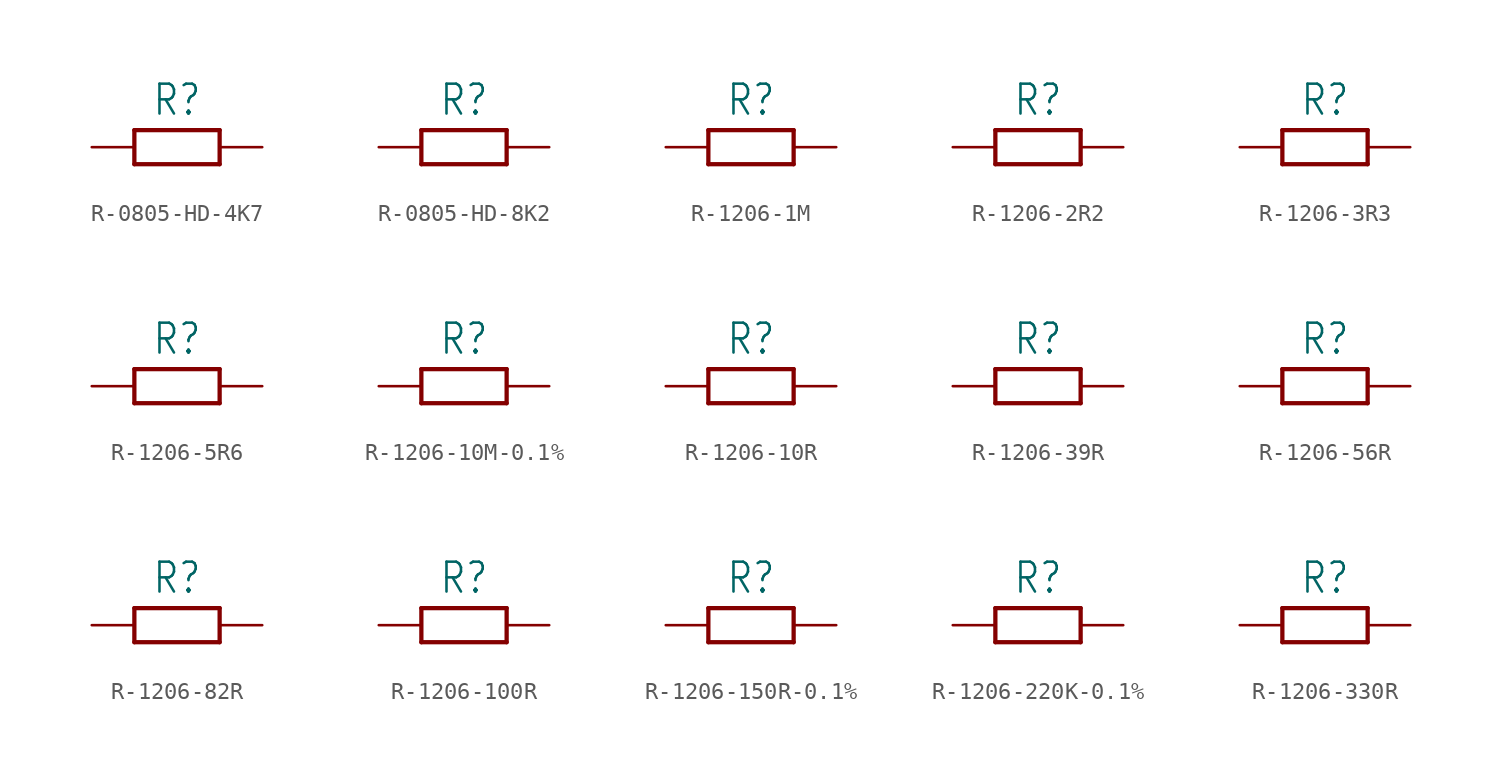
<source format=kicad_sym>
(kicad_symbol_lib
  (version 20231120)
  (generator "kicad_symbol_editor")
  (generator_version "8.0")
  (symbol "R-0805-HD-4K7"
    (property "Reference" "R"
      (at 0 1.778 0)
      (effects (font (size 1.778 1.511)) (justify bottom)))
    (property "Value" ""
      (at 0 -1.778 0)
      (effects (font (size 1.778 1.511)) (justify top)))
    (property "ki_locked" ""
      (at 0 0 0)
      (effects (font (size 1.27 1.27))))
    (symbol "R-0805-HD-4K7_1_0"
      (polyline (pts (xy -2.54 -1.016) (xy -2.54 1.016)) (stroke (width 0.254) (type solid)) (fill (type none)))
      (polyline (pts (xy -2.54 1.016) (xy 2.54 1.016)) (stroke (width 0.254) (type solid)) (fill (type none)))
      (polyline (pts (xy 2.54 -1.016) (xy -2.54 -1.016)) (stroke (width 0.254) (type solid)) (fill (type none)))
      (polyline (pts (xy 2.54 1.016) (xy 2.54 -1.016)) (stroke (width 0.254) (type solid)) (fill (type none)))
      (pin passive line (at -5.08 0 0) (length 2.54) (name "1" (effects (font (size 0 0)))) (number "1" (effects (font (size 0 0)))))
      (pin passive line (at 5.08 0 180) (length 2.54) (name "2" (effects (font (size 0 0)))) (number "2" (effects (font (size 0 0)))))))
  (symbol "R-0805-HD-8K2"
    (property "Reference" "R"
      (at 0 1.778 0)
      (effects (font (size 1.778 1.511)) (justify bottom)))
    (property "Value" ""
      (at 0 -1.778 0)
      (effects (font (size 1.778 1.511)) (justify top)))
    (property "ki_locked" ""
      (at 0 0 0)
      (effects (font (size 1.27 1.27))))
    (symbol "R-0805-HD-8K2_1_0"
      (polyline (pts (xy -2.54 -1.016) (xy -2.54 1.016)) (stroke (width 0.254) (type solid)) (fill (type none)))
      (polyline (pts (xy -2.54 1.016) (xy 2.54 1.016)) (stroke (width 0.254) (type solid)) (fill (type none)))
      (polyline (pts (xy 2.54 -1.016) (xy -2.54 -1.016)) (stroke (width 0.254) (type solid)) (fill (type none)))
      (polyline (pts (xy 2.54 1.016) (xy 2.54 -1.016)) (stroke (width 0.254) (type solid)) (fill (type none)))
      (pin passive line (at -5.08 0 0) (length 2.54) (name "1" (effects (font (size 0 0)))) (number "1" (effects (font (size 0 0)))))
      (pin passive line (at 5.08 0 180) (length 2.54) (name "2" (effects (font (size 0 0)))) (number "2" (effects (font (size 0 0)))))))
  (symbol "R-1206-1M"
    (property "Reference" "R"
      (at 0 1.778 0)
      (effects (font (size 1.778 1.511)) (justify bottom)))
    (property "Value" ""
      (at 0 -1.778 0)
      (effects (font (size 1.778 1.511)) (justify top)))
    (property "ki_locked" ""
      (at 0 0 0)
      (effects (font (size 1.27 1.27))))
    (symbol "R-1206-1M_1_0"
      (polyline (pts (xy -2.54 -1.016) (xy -2.54 1.016)) (stroke (width 0.254) (type solid)) (fill (type none)))
      (polyline (pts (xy -2.54 1.016) (xy 2.54 1.016)) (stroke (width 0.254) (type solid)) (fill (type none)))
      (polyline (pts (xy 2.54 -1.016) (xy -2.54 -1.016)) (stroke (width 0.254) (type solid)) (fill (type none)))
      (polyline (pts (xy 2.54 1.016) (xy 2.54 -1.016)) (stroke (width 0.254) (type solid)) (fill (type none)))
      (pin passive line (at -5.08 0 0) (length 2.54) (name "1" (effects (font (size 0 0)))) (number "1" (effects (font (size 0 0)))))
      (pin passive line (at 5.08 0 180) (length 2.54) (name "2" (effects (font (size 0 0)))) (number "2" (effects (font (size 0 0)))))))
  (symbol "R-1206-2R2"
    (property "Reference" "R"
      (at 0 1.778 0)
      (effects (font (size 1.778 1.511)) (justify bottom)))
    (property "Value" ""
      (at 0 -1.778 0)
      (effects (font (size 1.778 1.511)) (justify top)))
    (property "ki_locked" ""
      (at 0 0 0)
      (effects (font (size 1.27 1.27))))
    (symbol "R-1206-2R2_1_0"
      (polyline (pts (xy -2.54 -1.016) (xy -2.54 1.016)) (stroke (width 0.254) (type solid)) (fill (type none)))
      (polyline (pts (xy -2.54 1.016) (xy 2.54 1.016)) (stroke (width 0.254) (type solid)) (fill (type none)))
      (polyline (pts (xy 2.54 -1.016) (xy -2.54 -1.016)) (stroke (width 0.254) (type solid)) (fill (type none)))
      (polyline (pts (xy 2.54 1.016) (xy 2.54 -1.016)) (stroke (width 0.254) (type solid)) (fill (type none)))
      (pin passive line (at -5.08 0 0) (length 2.54) (name "1" (effects (font (size 0 0)))) (number "1" (effects (font (size 0 0)))))
      (pin passive line (at 5.08 0 180) (length 2.54) (name "2" (effects (font (size 0 0)))) (number "2" (effects (font (size 0 0)))))))
  (symbol "R-1206-3R3"
    (property "Reference" "R"
      (at 0 1.778 0)
      (effects (font (size 1.778 1.511)) (justify bottom)))
    (property "Value" ""
      (at 0 -1.778 0)
      (effects (font (size 1.778 1.511)) (justify top)))
    (property "ki_locked" ""
      (at 0 0 0)
      (effects (font (size 1.27 1.27))))
    (symbol "R-1206-3R3_1_0"
      (polyline (pts (xy -2.54 -1.016) (xy -2.54 1.016)) (stroke (width 0.254) (type solid)) (fill (type none)))
      (polyline (pts (xy -2.54 1.016) (xy 2.54 1.016)) (stroke (width 0.254) (type solid)) (fill (type none)))
      (polyline (pts (xy 2.54 -1.016) (xy -2.54 -1.016)) (stroke (width 0.254) (type solid)) (fill (type none)))
      (polyline (pts (xy 2.54 1.016) (xy 2.54 -1.016)) (stroke (width 0.254) (type solid)) (fill (type none)))
      (pin passive line (at -5.08 0 0) (length 2.54) (name "1" (effects (font (size 0 0)))) (number "1" (effects (font (size 0 0)))))
      (pin passive line (at 5.08 0 180) (length 2.54) (name "2" (effects (font (size 0 0)))) (number "2" (effects (font (size 0 0)))))))
  (symbol "R-1206-5R6"
    (property "Reference" "R"
      (at 0 1.778 0)
      (effects (font (size 1.778 1.511)) (justify bottom)))
    (property "Value" ""
      (at 0 -1.778 0)
      (effects (font (size 1.778 1.511)) (justify top)))
    (property "ki_locked" ""
      (at 0 0 0)
      (effects (font (size 1.27 1.27))))
    (symbol "R-1206-5R6_1_0"
      (polyline (pts (xy -2.54 -1.016) (xy -2.54 1.016)) (stroke (width 0.254) (type solid)) (fill (type none)))
      (polyline (pts (xy -2.54 1.016) (xy 2.54 1.016)) (stroke (width 0.254) (type solid)) (fill (type none)))
      (polyline (pts (xy 2.54 -1.016) (xy -2.54 -1.016)) (stroke (width 0.254) (type solid)) (fill (type none)))
      (polyline (pts (xy 2.54 1.016) (xy 2.54 -1.016)) (stroke (width 0.254) (type solid)) (fill (type none)))
      (pin passive line (at -5.08 0 0) (length 2.54) (name "1" (effects (font (size 0 0)))) (number "1" (effects (font (size 0 0)))))
      (pin passive line (at 5.08 0 180) (length 2.54) (name "2" (effects (font (size 0 0)))) (number "2" (effects (font (size 0 0)))))))
  (symbol "R-1206-10M-0.1%"
    (property "Reference" "R"
      (at 0 1.778 0)
      (effects (font (size 1.778 1.511)) (justify bottom)))
    (property "Value" ""
      (at 0 -1.778 0)
      (effects (font (size 1.778 1.511)) (justify top)))
    (property "ki_locked" ""
      (at 0 0 0)
      (effects (font (size 1.27 1.27))))
    (symbol "R-1206-10M-0.1%_1_0"
      (polyline (pts (xy -2.54 -1.016) (xy -2.54 1.016)) (stroke (width 0.254) (type solid)) (fill (type none)))
      (polyline (pts (xy -2.54 1.016) (xy 2.54 1.016)) (stroke (width 0.254) (type solid)) (fill (type none)))
      (polyline (pts (xy 2.54 -1.016) (xy -2.54 -1.016)) (stroke (width 0.254) (type solid)) (fill (type none)))
      (polyline (pts (xy 2.54 1.016) (xy 2.54 -1.016)) (stroke (width 0.254) (type solid)) (fill (type none)))
      (pin passive line (at -5.08 0 0) (length 2.54) (name "1" (effects (font (size 0 0)))) (number "1" (effects (font (size 0 0)))))
      (pin passive line (at 5.08 0 180) (length 2.54) (name "2" (effects (font (size 0 0)))) (number "2" (effects (font (size 0 0)))))))
  (symbol "R-1206-10R"
    (property "Reference" "R"
      (at 0 1.778 0)
      (effects (font (size 1.778 1.511)) (justify bottom)))
    (property "Value" ""
      (at 0 -1.778 0)
      (effects (font (size 1.778 1.511)) (justify top)))
    (property "ki_locked" ""
      (at 0 0 0)
      (effects (font (size 1.27 1.27))))
    (symbol "R-1206-10R_1_0"
      (polyline (pts (xy -2.54 -1.016) (xy -2.54 1.016)) (stroke (width 0.254) (type solid)) (fill (type none)))
      (polyline (pts (xy -2.54 1.016) (xy 2.54 1.016)) (stroke (width 0.254) (type solid)) (fill (type none)))
      (polyline (pts (xy 2.54 -1.016) (xy -2.54 -1.016)) (stroke (width 0.254) (type solid)) (fill (type none)))
      (polyline (pts (xy 2.54 1.016) (xy 2.54 -1.016)) (stroke (width 0.254) (type solid)) (fill (type none)))
      (pin passive line (at -5.08 0 0) (length 2.54) (name "1" (effects (font (size 0 0)))) (number "1" (effects (font (size 0 0)))))
      (pin passive line (at 5.08 0 180) (length 2.54) (name "2" (effects (font (size 0 0)))) (number "2" (effects (font (size 0 0)))))))
  (symbol "R-1206-39R"
    (property "Reference" "R"
      (at 0 1.778 0)
      (effects (font (size 1.778 1.511)) (justify bottom)))
    (property "Value" ""
      (at 0 -1.778 0)
      (effects (font (size 1.778 1.511)) (justify top)))
    (property "ki_locked" ""
      (at 0 0 0)
      (effects (font (size 1.27 1.27))))
    (symbol "R-1206-39R_1_0"
      (polyline (pts (xy -2.54 -1.016) (xy -2.54 1.016)) (stroke (width 0.254) (type solid)) (fill (type none)))
      (polyline (pts (xy -2.54 1.016) (xy 2.54 1.016)) (stroke (width 0.254) (type solid)) (fill (type none)))
      (polyline (pts (xy 2.54 -1.016) (xy -2.54 -1.016)) (stroke (width 0.254) (type solid)) (fill (type none)))
      (polyline (pts (xy 2.54 1.016) (xy 2.54 -1.016)) (stroke (width 0.254) (type solid)) (fill (type none)))
      (pin passive line (at -5.08 0 0) (length 2.54) (name "1" (effects (font (size 0 0)))) (number "1" (effects (font (size 0 0)))))
      (pin passive line (at 5.08 0 180) (length 2.54) (name "2" (effects (font (size 0 0)))) (number "2" (effects (font (size 0 0)))))))
  (symbol "R-1206-56R"
    (property "Reference" "R"
      (at 0 1.778 0)
      (effects (font (size 1.778 1.511)) (justify bottom)))
    (property "Value" ""
      (at 0 -1.778 0)
      (effects (font (size 1.778 1.511)) (justify top)))
    (property "ki_locked" ""
      (at 0 0 0)
      (effects (font (size 1.27 1.27))))
    (symbol "R-1206-56R_1_0"
      (polyline (pts (xy -2.54 -1.016) (xy -2.54 1.016)) (stroke (width 0.254) (type solid)) (fill (type none)))
      (polyline (pts (xy -2.54 1.016) (xy 2.54 1.016)) (stroke (width 0.254) (type solid)) (fill (type none)))
      (polyline (pts (xy 2.54 -1.016) (xy -2.54 -1.016)) (stroke (width 0.254) (type solid)) (fill (type none)))
      (polyline (pts (xy 2.54 1.016) (xy 2.54 -1.016)) (stroke (width 0.254) (type solid)) (fill (type none)))
      (pin passive line (at -5.08 0 0) (length 2.54) (name "1" (effects (font (size 0 0)))) (number "1" (effects (font (size 0 0)))))
      (pin passive line (at 5.08 0 180) (length 2.54) (name "2" (effects (font (size 0 0)))) (number "2" (effects (font (size 0 0)))))))
  (symbol "R-1206-82R"
    (property "Reference" "R"
      (at 0 1.778 0)
      (effects (font (size 1.778 1.511)) (justify bottom)))
    (property "Value" ""
      (at 0 -1.778 0)
      (effects (font (size 1.778 1.511)) (justify top)))
    (property "ki_locked" ""
      (at 0 0 0)
      (effects (font (size 1.27 1.27))))
    (symbol "R-1206-82R_1_0"
      (polyline (pts (xy -2.54 -1.016) (xy -2.54 1.016)) (stroke (width 0.254) (type solid)) (fill (type none)))
      (polyline (pts (xy -2.54 1.016) (xy 2.54 1.016)) (stroke (width 0.254) (type solid)) (fill (type none)))
      (polyline (pts (xy 2.54 -1.016) (xy -2.54 -1.016)) (stroke (width 0.254) (type solid)) (fill (type none)))
      (polyline (pts (xy 2.54 1.016) (xy 2.54 -1.016)) (stroke (width 0.254) (type solid)) (fill (type none)))
      (pin passive line (at -5.08 0 0) (length 2.54) (name "1" (effects (font (size 0 0)))) (number "1" (effects (font (size 0 0)))))
      (pin passive line (at 5.08 0 180) (length 2.54) (name "2" (effects (font (size 0 0)))) (number "2" (effects (font (size 0 0)))))))
  (symbol "R-1206-100R"
    (property "Reference" "R"
      (at 0 1.778 0)
      (effects (font (size 1.778 1.511)) (justify bottom)))
    (property "Value" ""
      (at 0 -1.778 0)
      (effects (font (size 1.778 1.511)) (justify top)))
    (property "ki_locked" ""
      (at 0 0 0)
      (effects (font (size 1.27 1.27))))
    (symbol "R-1206-100R_1_0"
      (polyline (pts (xy -2.54 -1.016) (xy -2.54 1.016)) (stroke (width 0.254) (type solid)) (fill (type none)))
      (polyline (pts (xy -2.54 1.016) (xy 2.54 1.016)) (stroke (width 0.254) (type solid)) (fill (type none)))
      (polyline (pts (xy 2.54 -1.016) (xy -2.54 -1.016)) (stroke (width 0.254) (type solid)) (fill (type none)))
      (polyline (pts (xy 2.54 1.016) (xy 2.54 -1.016)) (stroke (width 0.254) (type solid)) (fill (type none)))
      (pin passive line (at -5.08 0 0) (length 2.54) (name "1" (effects (font (size 0 0)))) (number "1" (effects (font (size 0 0)))))
      (pin passive line (at 5.08 0 180) (length 2.54) (name "2" (effects (font (size 0 0)))) (number "2" (effects (font (size 0 0)))))))
  (symbol "R-1206-150R-0.1%"
    (property "Reference" "R"
      (at 0 1.778 0)
      (effects (font (size 1.778 1.511)) (justify bottom)))
    (property "Value" ""
      (at 0 -1.778 0)
      (effects (font (size 1.778 1.511)) (justify top)))
    (property "ki_locked" ""
      (at 0 0 0)
      (effects (font (size 1.27 1.27))))
    (symbol "R-1206-150R-0.1%_1_0"
      (polyline (pts (xy -2.54 -1.016) (xy -2.54 1.016)) (stroke (width 0.254) (type solid)) (fill (type none)))
      (polyline (pts (xy -2.54 1.016) (xy 2.54 1.016)) (stroke (width 0.254) (type solid)) (fill (type none)))
      (polyline (pts (xy 2.54 -1.016) (xy -2.54 -1.016)) (stroke (width 0.254) (type solid)) (fill (type none)))
      (polyline (pts (xy 2.54 1.016) (xy 2.54 -1.016)) (stroke (width 0.254) (type solid)) (fill (type none)))
      (pin passive line (at -5.08 0 0) (length 2.54) (name "1" (effects (font (size 0 0)))) (number "1" (effects (font (size 0 0)))))
      (pin passive line (at 5.08 0 180) (length 2.54) (name "2" (effects (font (size 0 0)))) (number "2" (effects (font (size 0 0)))))))
  (symbol "R-1206-220K-0.1%"
    (property "Reference" "R"
      (at 0 1.778 0)
      (effects (font (size 1.778 1.511)) (justify bottom)))
    (property "Value" ""
      (at 0 -1.778 0)
      (effects (font (size 1.778 1.511)) (justify top)))
    (property "ki_locked" ""
      (at 0 0 0)
      (effects (font (size 1.27 1.27))))
    (symbol "R-1206-220K-0.1%_1_0"
      (polyline (pts (xy -2.54 -1.016) (xy -2.54 1.016)) (stroke (width 0.254) (type solid)) (fill (type none)))
      (polyline (pts (xy -2.54 1.016) (xy 2.54 1.016)) (stroke (width 0.254) (type solid)) (fill (type none)))
      (polyline (pts (xy 2.54 -1.016) (xy -2.54 -1.016)) (stroke (width 0.254) (type solid)) (fill (type none)))
      (polyline (pts (xy 2.54 1.016) (xy 2.54 -1.016)) (stroke (width 0.254) (type solid)) (fill (type none)))
      (pin passive line (at -5.08 0 0) (length 2.54) (name "1" (effects (font (size 0 0)))) (number "1" (effects (font (size 0 0)))))
      (pin passive line (at 5.08 0 180) (length 2.54) (name "2" (effects (font (size 0 0)))) (number "2" (effects (font (size 0 0)))))))
  (symbol "R-1206-330R"
    (property "Reference" "R"
      (at 0 1.778 0)
      (effects (font (size 1.778 1.511)) (justify bottom)))
    (property "Value" ""
      (at 0 -1.778 0)
      (effects (font (size 1.778 1.511)) (justify top)))
    (property "ki_locked" ""
      (at 0 0 0)
      (effects (font (size 1.27 1.27))))
    (symbol "R-1206-330R_1_0"
      (polyline (pts (xy -2.54 -1.016) (xy -2.54 1.016)) (stroke (width 0.254) (type solid)) (fill (type none)))
      (polyline (pts (xy -2.54 1.016) (xy 2.54 1.016)) (stroke (width 0.254) (type solid)) (fill (type none)))
      (polyline (pts (xy 2.54 -1.016) (xy -2.54 -1.016)) (stroke (width 0.254) (type solid)) (fill (type none)))
      (polyline (pts (xy 2.54 1.016) (xy 2.54 -1.016)) (stroke (width 0.254) (type solid)) (fill (type none)))
      (pin passive line (at -5.08 0 0) (length 2.54) (name "1" (effects (font (size 0 0)))) (number "1" (effects (font (size 0 0)))))
      (pin passive line (at 5.08 0 180) (length 2.54) (name "2" (effects (font (size 0 0)))) (number "2" (effects (font (size 0 0))))))))
</source>
